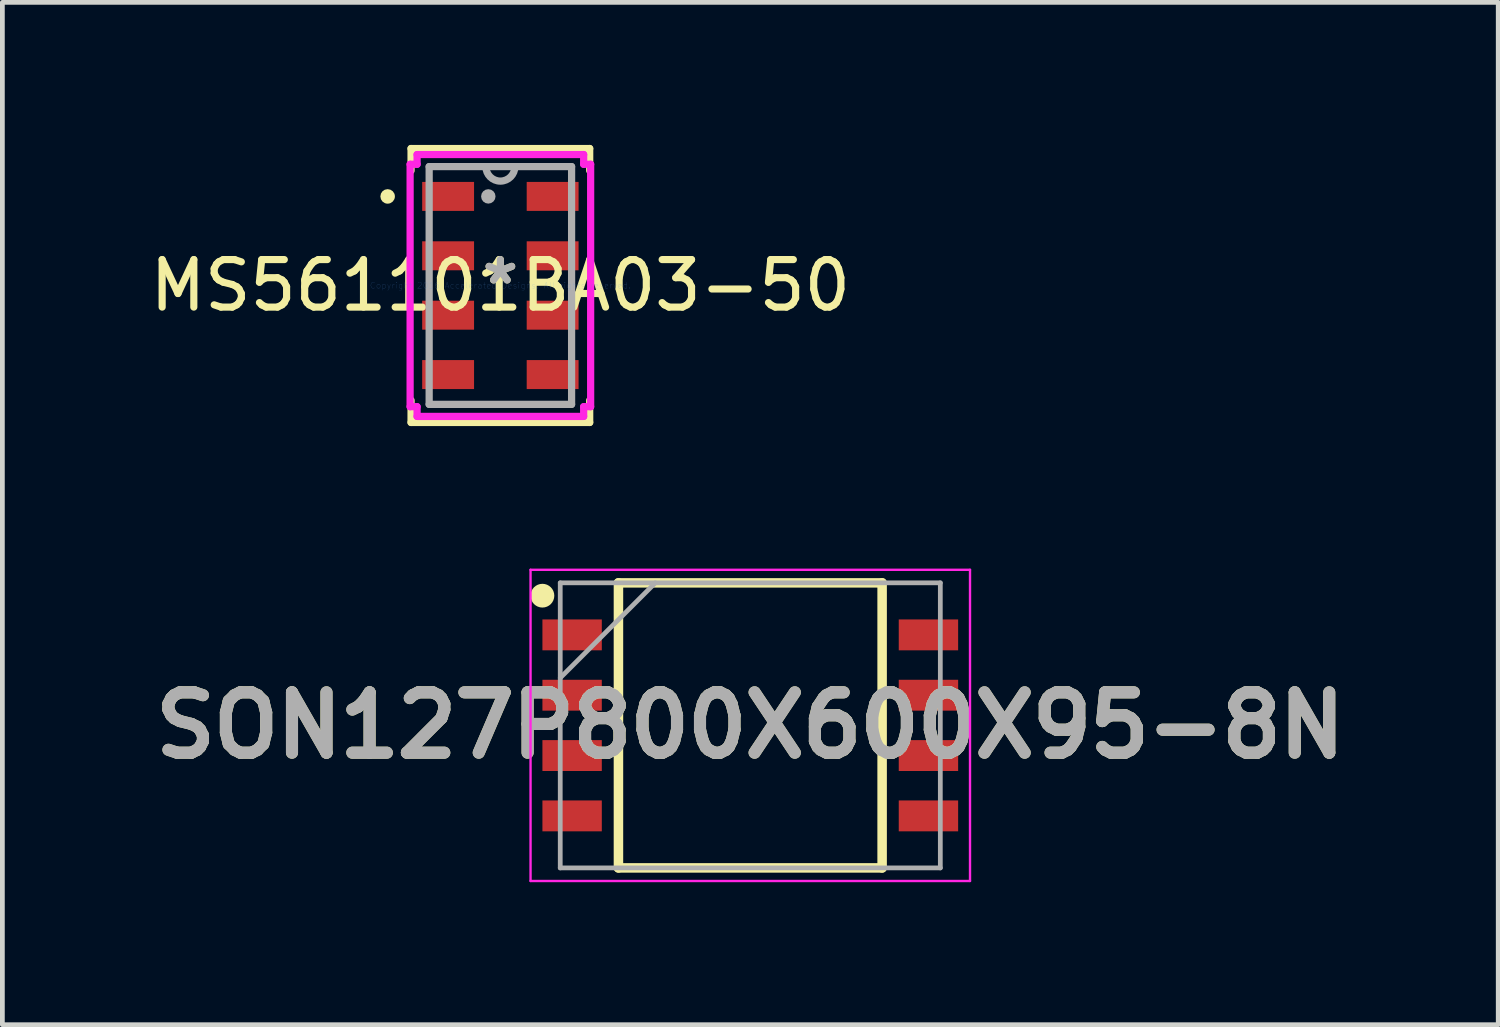
<source format=kicad_pcb>
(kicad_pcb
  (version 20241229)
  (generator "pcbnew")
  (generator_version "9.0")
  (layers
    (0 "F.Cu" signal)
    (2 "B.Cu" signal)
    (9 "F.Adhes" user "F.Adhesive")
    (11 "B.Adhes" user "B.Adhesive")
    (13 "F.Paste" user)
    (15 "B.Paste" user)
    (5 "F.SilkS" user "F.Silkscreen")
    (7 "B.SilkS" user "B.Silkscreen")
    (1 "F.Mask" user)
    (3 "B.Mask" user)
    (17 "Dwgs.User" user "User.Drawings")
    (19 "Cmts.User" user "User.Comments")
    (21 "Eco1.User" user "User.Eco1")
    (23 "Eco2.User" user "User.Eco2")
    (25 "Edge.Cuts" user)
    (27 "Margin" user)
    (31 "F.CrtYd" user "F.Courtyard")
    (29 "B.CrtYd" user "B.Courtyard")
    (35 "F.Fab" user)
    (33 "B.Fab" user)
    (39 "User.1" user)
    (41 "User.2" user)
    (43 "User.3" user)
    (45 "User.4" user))
  (footprint "SON127P800X600X95-8N"
    (layer "F.Cu")
    (at 12.742 12.218)
    (property "Reference" "SON127P800X600X95-8N" (at 0 0 0) (layer "F.SilkS") (effects (font (size 1.27 1.27) (thickness 0.254))))
    (attr smd)
    (fp_line (start -2.775 -3) (end 2.775 -3) (stroke (width 0.2) (type solid)) (layer "F.SilkS"))
    (fp_line (start -2.775 3) (end -2.775 -3) (stroke (width 0.2) (type solid)) (layer "F.SilkS"))
    (fp_line (start 2.775 -3) (end 2.775 3) (stroke (width 0.2) (type solid)) (layer "F.SilkS"))
    (fp_line (start 2.775 3) (end -2.775 3) (stroke (width 0.2) (type solid)) (layer "F.SilkS"))
    (fp_circle (center -4.375 -2.73) (end -4.375 -2.605) (stroke (width 0.25) (type solid)) (fill no) (layer "F.SilkS"))
    (fp_line (start -4.625 -3.275) (end 4.625 -3.275) (stroke (width 0.05) (type solid)) (layer "F.CrtYd"))
    (fp_line (start -4.625 3.275) (end -4.625 -3.275) (stroke (width 0.05) (type solid)) (layer "F.CrtYd"))
    (fp_line (start 4.625 -3.275) (end 4.625 3.275) (stroke (width 0.05) (type solid)) (layer "F.CrtYd"))
    (fp_line (start 4.625 3.275) (end -4.625 3.275) (stroke (width 0.05) (type solid)) (layer "F.CrtYd"))
    (fp_line (start -4 -3) (end 4 -3) (stroke (width 0.1) (type solid)) (layer "F.Fab"))
    (fp_line (start -4 -1) (end -2 -3) (stroke (width 0.1) (type solid)) (layer "F.Fab"))
    (fp_line (start -4 3) (end -4 -3) (stroke (width 0.1) (type solid)) (layer "F.Fab"))
    (fp_line (start 4 -3) (end 4 3) (stroke (width 0.1) (type solid)) (layer "F.Fab"))
    (fp_line (start 4 3) (end -4 3) (stroke (width 0.1) (type solid)) (layer "F.Fab"))
    (fp_text user "${REFERENCE}" (at 0 0 0) (layer "F.Fab") (effects (font (size 1.27 1.27) (thickness 0.254))))
    (pad "1" smd rect (at -3.75 -1.905 90) (size 0.65 1.25) (layers "F.Cu" "F.Mask" "F.Paste"))
    (pad "2" smd rect (at -3.75 -0.635 90) (size 0.65 1.25) (layers "F.Cu" "F.Mask" "F.Paste"))
    (pad "3" smd rect (at -3.75 0.635 90) (size 0.65 1.25) (layers "F.Cu" "F.Mask" "F.Paste"))
    (pad "4" smd rect (at -3.75 1.905 90) (size 0.65 1.25) (layers "F.Cu" "F.Mask" "F.Paste"))
    (pad "5" smd rect (at 3.75 1.905 90) (size 0.65 1.25) (layers "F.Cu" "F.Mask" "F.Paste"))
    (pad "6" smd rect (at 3.75 0.635 90) (size 0.65 1.25) (layers "F.Cu" "F.Mask" "F.Paste"))
    (pad "7" smd rect (at 3.75 -0.635 90) (size 0.65 1.25) (layers "F.Cu" "F.Mask" "F.Paste"))
    (pad "8" smd rect (at 3.75 -1.905 90) (size 0.65 1.25) (layers "F.Cu" "F.Mask" "F.Paste")))
  (footprint "MS561101BA03-50"
    (layer "F.Cu")
    (at 7.482 2.959)
    (property "Reference" "MS561101BA03-50" (at 0 0 0) (layer "F.SilkS") (effects (font (size 1 1) (thickness 0.15))))
    (attr through_hole)
    (fp_line (start -1.646 -2.18) (end -1.646 -1.57) (stroke (width 0.152) (type solid)) (layer "F.Mask"))
    (fp_line (start -1.646 -1.57) (end -0.554 -1.57) (stroke (width 0.152) (type solid)) (layer "F.Mask"))
    (fp_line (start -1.646 -0.93) (end -1.646 -0.32) (stroke (width 0.152) (type solid)) (layer "F.Mask"))
    (fp_line (start -1.646 -0.32) (end -0.554 -0.32) (stroke (width 0.152) (type solid)) (layer "F.Mask"))
    (fp_line (start -1.646 0.32) (end -1.646 0.93) (stroke (width 0.152) (type solid)) (layer "F.Mask"))
    (fp_line (start -1.646 0.93) (end -0.554 0.93) (stroke (width 0.152) (type solid)) (layer "F.Mask"))
    (fp_line (start -1.646 1.57) (end -1.646 2.18) (stroke (width 0.152) (type solid)) (layer "F.Mask"))
    (fp_line (start -1.646 2.18) (end -0.554 2.18) (stroke (width 0.152) (type solid)) (layer "F.Mask"))
    (fp_line (start -0.554 -2.18) (end -1.646 -2.18) (stroke (width 0.152) (type solid)) (layer "F.Mask"))
    (fp_line (start -0.554 -1.57) (end -0.554 -2.18) (stroke (width 0.152) (type solid)) (layer "F.Mask"))
    (fp_line (start -0.554 -0.93) (end -1.646 -0.93) (stroke (width 0.152) (type solid)) (layer "F.Mask"))
    (fp_line (start -0.554 -0.32) (end -0.554 -0.93) (stroke (width 0.152) (type solid)) (layer "F.Mask"))
    (fp_line (start -0.554 0.32) (end -1.646 0.32) (stroke (width 0.152) (type solid)) (layer "F.Mask"))
    (fp_line (start -0.554 0.93) (end -0.554 0.32) (stroke (width 0.152) (type solid)) (layer "F.Mask"))
    (fp_line (start -0.554 1.57) (end -1.646 1.57) (stroke (width 0.152) (type solid)) (layer "F.Mask"))
    (fp_line (start -0.554 2.18) (end -0.554 1.57) (stroke (width 0.152) (type solid)) (layer "F.Mask"))
    (fp_line (start 0.554 -2.18) (end 0.554 -1.57) (stroke (width 0.152) (type solid)) (layer "F.Mask"))
    (fp_line (start 0.554 -1.57) (end 1.646 -1.57) (stroke (width 0.152) (type solid)) (layer "F.Mask"))
    (fp_line (start 0.554 -0.93) (end 0.554 -0.32) (stroke (width 0.152) (type solid)) (layer "F.Mask"))
    (fp_line (start 0.554 -0.32) (end 1.646 -0.32) (stroke (width 0.152) (type solid)) (layer "F.Mask"))
    (fp_line (start 0.554 0.32) (end 0.554 0.93) (stroke (width 0.152) (type solid)) (layer "F.Mask"))
    (fp_line (start 0.554 0.93) (end 1.646 0.93) (stroke (width 0.152) (type solid)) (layer "F.Mask"))
    (fp_line (start 0.554 1.57) (end 0.554 2.18) (stroke (width 0.152) (type solid)) (layer "F.Mask"))
    (fp_line (start 0.554 2.18) (end 1.646 2.18) (stroke (width 0.152) (type solid)) (layer "F.Mask"))
    (fp_line (start 1.646 -2.18) (end 0.554 -2.18) (stroke (width 0.152) (type solid)) (layer "F.Mask"))
    (fp_line (start 1.646 -1.57) (end 1.646 -2.18) (stroke (width 0.152) (type solid)) (layer "F.Mask"))
    (fp_line (start 1.646 -0.93) (end 0.554 -0.93) (stroke (width 0.152) (type solid)) (layer "F.Mask"))
    (fp_line (start 1.646 -0.32) (end 1.646 -0.93) (stroke (width 0.152) (type solid)) (layer "F.Mask"))
    (fp_line (start 1.646 0.32) (end 0.554 0.32) (stroke (width 0.152) (type solid)) (layer "F.Mask"))
    (fp_line (start 1.646 0.93) (end 1.646 0.32) (stroke (width 0.152) (type solid)) (layer "F.Mask"))
    (fp_line (start 1.646 1.57) (end 0.554 1.57) (stroke (width 0.152) (type solid)) (layer "F.Mask"))
    (fp_line (start 1.646 2.18) (end 1.646 1.57) (stroke (width 0.152) (type solid)) (layer "F.Mask"))
    (fp_line (start -1.88 -2.883) (end -1.88 -2.417) (stroke (width 0.152) (type solid)) (layer "F.SilkS"))
    (fp_line (start -1.88 2.417) (end -1.88 2.883) (stroke (width 0.152) (type solid)) (layer "F.SilkS"))
    (fp_line (start -1.88 2.883) (end 1.88 2.883) (stroke (width 0.152) (type solid)) (layer "F.SilkS"))
    (fp_line (start 1.88 -2.883) (end -1.88 -2.883) (stroke (width 0.152) (type solid)) (layer "F.SilkS"))
    (fp_line (start 1.88 -2.417) (end 1.88 -2.883) (stroke (width 0.152) (type solid)) (layer "F.SilkS"))
    (fp_line (start 1.88 2.883) (end 1.88 2.417) (stroke (width 0.152) (type solid)) (layer "F.SilkS"))
    (fp_circle (center -2.373 -1.875) (end -2.296 -1.875) (stroke (width 0.152) (type solid)) (fill no) (layer "F.SilkS"))
    (fp_line (start -1.646 -2.18) (end -1.646 -1.57) (stroke (width 0.152) (type solid)) (layer "F.Paste"))
    (fp_line (start -1.646 -1.57) (end -0.554 -1.57) (stroke (width 0.152) (type solid)) (layer "F.Paste"))
    (fp_line (start -1.646 -0.93) (end -1.646 -0.32) (stroke (width 0.152) (type solid)) (layer "F.Paste"))
    (fp_line (start -1.646 -0.32) (end -0.554 -0.32) (stroke (width 0.152) (type solid)) (layer "F.Paste"))
    (fp_line (start -1.646 0.32) (end -1.646 0.93) (stroke (width 0.152) (type solid)) (layer "F.Paste"))
    (fp_line (start -1.646 0.93) (end -0.554 0.93) (stroke (width 0.152) (type solid)) (layer "F.Paste"))
    (fp_line (start -1.646 1.57) (end -1.646 2.18) (stroke (width 0.152) (type solid)) (layer "F.Paste"))
    (fp_line (start -1.646 2.18) (end -0.554 2.18) (stroke (width 0.152) (type solid)) (layer "F.Paste"))
    (fp_line (start -0.554 -2.18) (end -1.646 -2.18) (stroke (width 0.152) (type solid)) (layer "F.Paste"))
    (fp_line (start -0.554 -1.57) (end -0.554 -2.18) (stroke (width 0.152) (type solid)) (layer "F.Paste"))
    (fp_line (start -0.554 -0.93) (end -1.646 -0.93) (stroke (width 0.152) (type solid)) (layer "F.Paste"))
    (fp_line (start -0.554 -0.32) (end -0.554 -0.93) (stroke (width 0.152) (type solid)) (layer "F.Paste"))
    (fp_line (start -0.554 0.32) (end -1.646 0.32) (stroke (width 0.152) (type solid)) (layer "F.Paste"))
    (fp_line (start -0.554 0.93) (end -0.554 0.32) (stroke (width 0.152) (type solid)) (layer "F.Paste"))
    (fp_line (start -0.554 1.57) (end -1.646 1.57) (stroke (width 0.152) (type solid)) (layer "F.Paste"))
    (fp_line (start -0.554 2.18) (end -0.554 1.57) (stroke (width 0.152) (type solid)) (layer "F.Paste"))
    (fp_line (start 0.554 -2.18) (end 0.554 -1.57) (stroke (width 0.152) (type solid)) (layer "F.Paste"))
    (fp_line (start 0.554 -1.57) (end 1.646 -1.57) (stroke (width 0.152) (type solid)) (layer "F.Paste"))
    (fp_line (start 0.554 -0.93) (end 0.554 -0.32) (stroke (width 0.152) (type solid)) (layer "F.Paste"))
    (fp_line (start 0.554 -0.32) (end 1.646 -0.32) (stroke (width 0.152) (type solid)) (layer "F.Paste"))
    (fp_line (start 0.554 0.32) (end 0.554 0.93) (stroke (width 0.152) (type solid)) (layer "F.Paste"))
    (fp_line (start 0.554 0.93) (end 1.646 0.93) (stroke (width 0.152) (type solid)) (layer "F.Paste"))
    (fp_line (start 0.554 1.57) (end 0.554 2.18) (stroke (width 0.152) (type solid)) (layer "F.Paste"))
    (fp_line (start 0.554 2.18) (end 1.646 2.18) (stroke (width 0.152) (type solid)) (layer "F.Paste"))
    (fp_line (start 1.646 -2.18) (end 0.554 -2.18) (stroke (width 0.152) (type solid)) (layer "F.Paste"))
    (fp_line (start 1.646 -1.57) (end 1.646 -2.18) (stroke (width 0.152) (type solid)) (layer "F.Paste"))
    (fp_line (start 1.646 -0.93) (end 0.554 -0.93) (stroke (width 0.152) (type solid)) (layer "F.Paste"))
    (fp_line (start 1.646 -0.32) (end 1.646 -0.93) (stroke (width 0.152) (type solid)) (layer "F.Paste"))
    (fp_line (start 1.646 0.32) (end 0.554 0.32) (stroke (width 0.152) (type solid)) (layer "F.Paste"))
    (fp_line (start 1.646 0.93) (end 1.646 0.32) (stroke (width 0.152) (type solid)) (layer "F.Paste"))
    (fp_line (start 1.646 1.57) (end 0.554 1.57) (stroke (width 0.152) (type solid)) (layer "F.Paste"))
    (fp_line (start 1.646 2.18) (end 1.646 1.57) (stroke (width 0.152) (type solid)) (layer "F.Paste"))
    (fp_line (start -1.9 -2.551) (end -1.753 -2.551) (stroke (width 0.152) (type solid)) (layer "F.CrtYd"))
    (fp_line (start -1.9 2.551) (end -1.9 -2.551) (stroke (width 0.152) (type solid)) (layer "F.CrtYd"))
    (fp_line (start -1.753 -2.756) (end 1.753 -2.756) (stroke (width 0.152) (type solid)) (layer "F.CrtYd"))
    (fp_line (start -1.753 -2.551) (end -1.753 -2.756) (stroke (width 0.152) (type solid)) (layer "F.CrtYd"))
    (fp_line (start -1.753 2.551) (end -1.9 2.551) (stroke (width 0.152) (type solid)) (layer "F.CrtYd"))
    (fp_line (start -1.753 2.756) (end -1.753 2.551) (stroke (width 0.152) (type solid)) (layer "F.CrtYd"))
    (fp_line (start 1.753 -2.756) (end 1.753 -2.551) (stroke (width 0.152) (type solid)) (layer "F.CrtYd"))
    (fp_line (start 1.753 -2.551) (end 1.9 -2.551) (stroke (width 0.152) (type solid)) (layer "F.CrtYd"))
    (fp_line (start 1.753 2.551) (end 1.753 2.756) (stroke (width 0.152) (type solid)) (layer "F.CrtYd"))
    (fp_line (start 1.753 2.756) (end -1.753 2.756) (stroke (width 0.152) (type solid)) (layer "F.CrtYd"))
    (fp_line (start 1.9 -2.551) (end 1.9 2.551) (stroke (width 0.152) (type solid)) (layer "F.CrtYd"))
    (fp_line (start 1.9 2.551) (end 1.753 2.551) (stroke (width 0.152) (type solid)) (layer "F.CrtYd"))
    (fp_line (start -1.499 -2.502) (end -1.499 2.502) (stroke (width 0.152) (type solid)) (layer "F.Fab"))
    (fp_line (start -1.499 2.502) (end 1.499 2.502) (stroke (width 0.152) (type solid)) (layer "F.Fab"))
    (fp_line (start 1.499 -2.502) (end -1.499 -2.502) (stroke (width 0.152) (type solid)) (layer "F.Fab"))
    (fp_line (start 1.499 2.502) (end 1.499 -2.502) (stroke (width 0.152) (type solid)) (layer "F.Fab"))
    (fp_arc (start 0.3048 -2.5019) (mid 0 -2.1971) (end -0.3048 -2.5019) (stroke (width 0.1524) (type solid)) (layer "F.Fab"))
    (fp_circle (center -0.254 -1.875) (end -0.178 -1.875) (stroke (width 0.152) (type solid)) (fill no) (layer "F.Fab"))
    (fp_text user "*" (at 0 0 0) (layer "F.SilkS") (effects (font (size 1 1) (thickness 0.15))))
    (fp_text user "Copyright 2016 Accelerated Designs. All rights reserved." (at 0 0 0) (layer "Cmts.User") (effects (font (size 0.127 0.127) (thickness 0.002))))
    (fp_text user "*" (at 0 0 0) (layer "F.Fab") (effects (font (size 1 1) (thickness 0.15))))
    (pad "1" smd rect (at -1.1 -1.875) (size 1.092 0.61) (layers "F.Cu" "F.Mask" "F.Paste"))
    (pad "2" smd rect (at -1.1 -0.625) (size 1.092 0.61) (layers "F.Cu" "F.Mask" "F.Paste"))
    (pad "3" smd rect (at -1.1 0.625) (size 1.092 0.61) (layers "F.Cu" "F.Mask" "F.Paste"))
    (pad "4" smd rect (at -1.1 1.875) (size 1.092 0.61) (layers "F.Cu" "F.Mask" "F.Paste"))
    (pad "5" smd rect (at 1.1 1.875) (size 1.092 0.61) (layers "F.Cu" "F.Mask" "F.Paste"))
    (pad "6" smd rect (at 1.1 0.625) (size 1.092 0.61) (layers "F.Cu" "F.Mask" "F.Paste"))
    (pad "7" smd rect (at 1.1 -0.625) (size 1.092 0.61) (layers "F.Cu" "F.Mask" "F.Paste"))
    (pad "8" smd rect (at 1.1 -1.875) (size 1.092 0.61) (layers "F.Cu" "F.Mask" "F.Paste")))
  (gr_rect
    (start -3 -3)
    (end 28.485 18.518)
    (stroke (width 0.1) (type default))
    (fill no)
    (layer "Edge.Cuts")))
</source>
